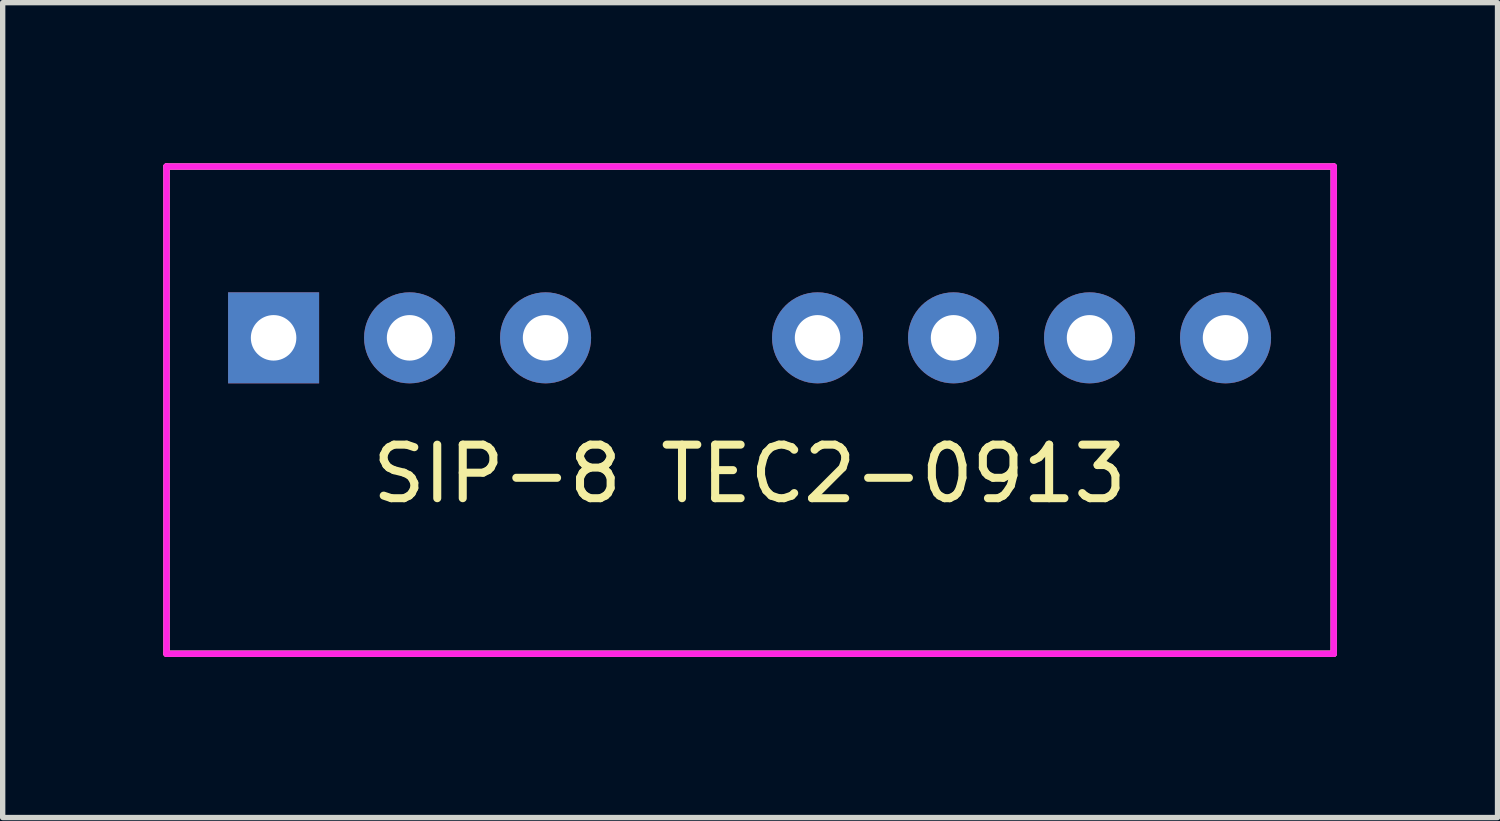
<source format=kicad_pcb>
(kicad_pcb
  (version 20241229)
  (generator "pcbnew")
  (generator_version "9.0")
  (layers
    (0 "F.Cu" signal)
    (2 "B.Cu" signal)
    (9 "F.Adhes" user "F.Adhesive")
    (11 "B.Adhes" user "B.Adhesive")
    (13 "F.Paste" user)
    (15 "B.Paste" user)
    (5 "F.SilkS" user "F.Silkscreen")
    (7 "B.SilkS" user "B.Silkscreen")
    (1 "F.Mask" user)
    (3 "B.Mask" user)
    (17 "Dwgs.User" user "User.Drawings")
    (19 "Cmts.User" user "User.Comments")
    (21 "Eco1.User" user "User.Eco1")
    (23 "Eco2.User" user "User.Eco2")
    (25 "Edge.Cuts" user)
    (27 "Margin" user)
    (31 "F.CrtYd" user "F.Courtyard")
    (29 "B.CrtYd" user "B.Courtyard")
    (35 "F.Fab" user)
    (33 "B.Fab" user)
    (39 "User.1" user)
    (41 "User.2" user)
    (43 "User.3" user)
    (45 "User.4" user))
  (footprint "SIP-8 TEC2-0913"
    (layer "F.Cu")
    (at 2.06 3.26)
    (property "Reference" "SIP-8 TEC2-0913" (at 8.89 2.54 0) (layer "F.SilkS") (effects (font (size 1 1) (thickness 0.15))))
    (attr through_hole)
    (fp_line (start -2 -3.2) (end 19.8 -3.2) (stroke (width 0.12) (type solid)) (layer "F.SilkS"))
    (fp_line (start -2 5.9) (end -2 -3.2) (stroke (width 0.12) (type solid)) (layer "F.SilkS"))
    (fp_line (start 19.8 -3.2) (end 19.8 5.9) (stroke (width 0.12) (type solid)) (layer "F.SilkS"))
    (fp_line (start 19.8 5.9) (end -2 5.9) (stroke (width 0.12) (type solid)) (layer "F.SilkS"))
    (fp_line (start -2 -3.2) (end 19.8 -3.2) (stroke (width 0.12) (type solid)) (layer "F.CrtYd"))
    (fp_line (start -2 5.9) (end -2 -3.2) (stroke (width 0.12) (type solid)) (layer "F.CrtYd"))
    (fp_line (start 19.8 -3.2) (end 19.8 5.9) (stroke (width 0.12) (type solid)) (layer "F.CrtYd"))
    (fp_line (start 19.8 5.9) (end -2 5.9) (stroke (width 0.12) (type solid)) (layer "F.CrtYd"))
    (pad "1" thru_hole rect (at 0 0) (size 1.7 1.7) (drill 0.85) (layers "*.Cu" "*.Mask"))
    (pad "2" thru_hole circle (at 2.54 0) (size 1.7 1.7) (drill 0.85) (layers "*.Cu" "*.Mask"))
    (pad "3" thru_hole circle (at 5.08 0) (size 1.7 1.7) (drill 0.85) (layers "*.Cu" "*.Mask"))
    (pad "5" thru_hole circle (at 10.16 0) (size 1.7 1.7) (drill 0.85) (layers "*.Cu" "*.Mask"))
    (pad "6" thru_hole circle (at 12.7 0) (size 1.7 1.7) (drill 0.85) (layers "*.Cu" "*.Mask"))
    (pad "7" thru_hole circle (at 15.24 0) (size 1.7 1.7) (drill 0.85) (layers "*.Cu" "*.Mask"))
    (pad "8" thru_hole circle (at 17.78 0) (size 1.7 1.7) (drill 0.85) (layers "*.Cu" "*.Mask")))
  (gr_rect
    (start -3 -3)
    (end 24.92 12.22)
    (stroke (width 0.1) (type default))
    (fill no)
    (layer "Edge.Cuts")))
</source>
